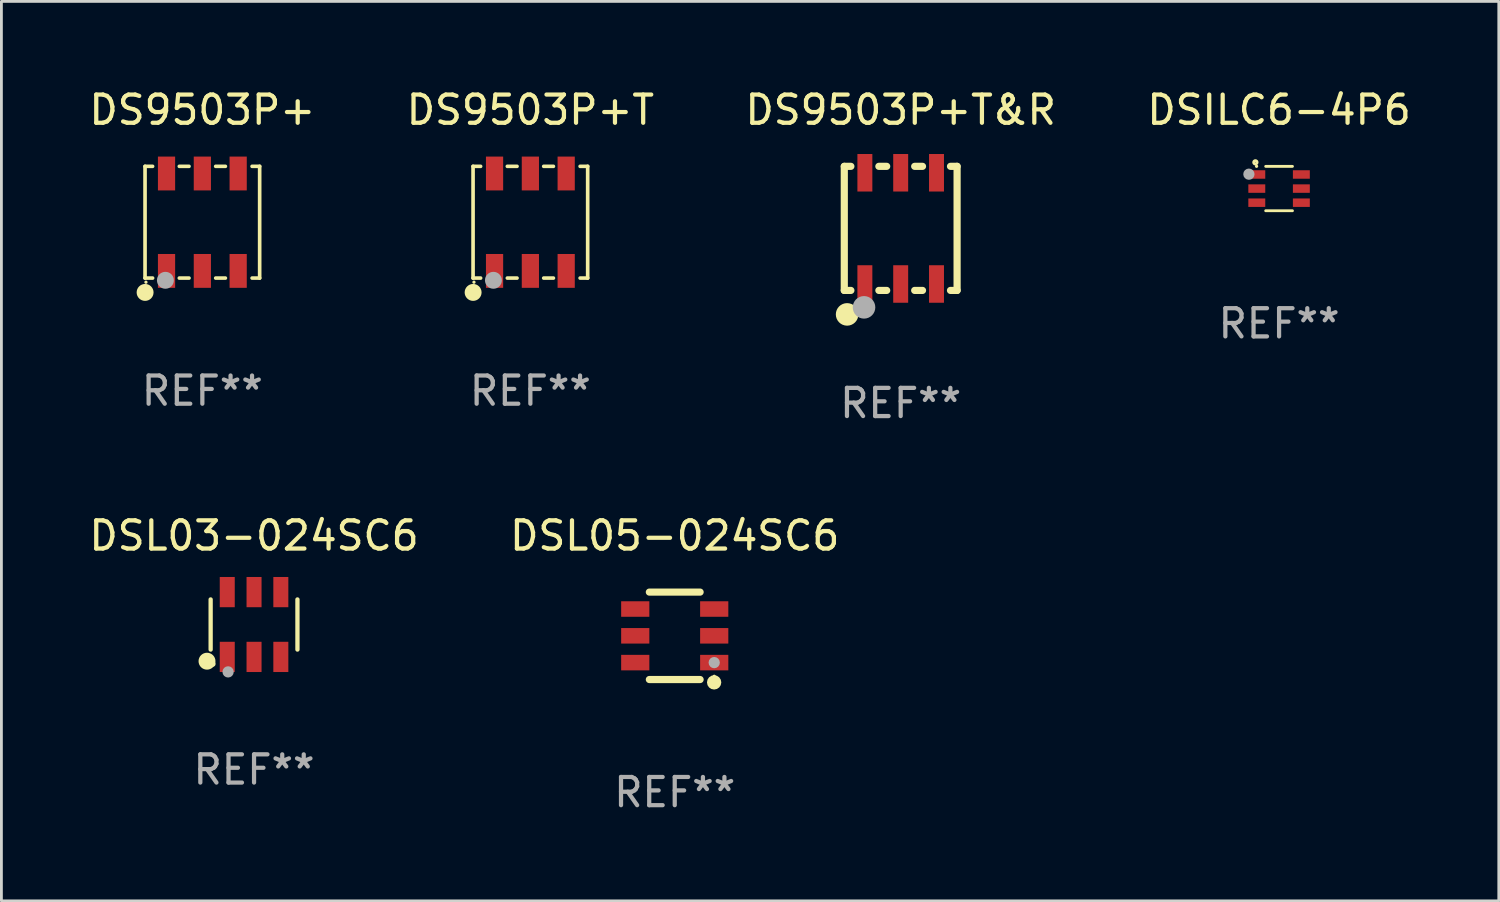
<source format=kicad_pcb>
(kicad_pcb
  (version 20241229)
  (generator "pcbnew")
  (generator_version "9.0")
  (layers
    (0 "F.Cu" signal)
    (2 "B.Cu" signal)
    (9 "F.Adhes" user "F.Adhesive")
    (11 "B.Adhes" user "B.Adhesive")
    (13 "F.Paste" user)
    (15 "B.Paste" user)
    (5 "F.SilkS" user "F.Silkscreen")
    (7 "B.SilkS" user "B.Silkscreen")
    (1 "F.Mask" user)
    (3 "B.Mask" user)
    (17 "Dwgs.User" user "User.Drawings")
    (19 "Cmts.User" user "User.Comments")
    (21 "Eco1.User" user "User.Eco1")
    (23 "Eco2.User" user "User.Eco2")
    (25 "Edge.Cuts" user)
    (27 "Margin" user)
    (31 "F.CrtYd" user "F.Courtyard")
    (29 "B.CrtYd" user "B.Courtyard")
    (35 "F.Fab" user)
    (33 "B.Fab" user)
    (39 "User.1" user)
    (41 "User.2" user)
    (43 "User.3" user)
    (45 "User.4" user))
  (footprint "DS9503P+T"
    (layer "F.Cu")
    (at 15.756 4.829)
    (property "Reference" "DS9503P+T" (at 0 -3.981 0) (layer "F.SilkS") (effects (font (size 1 1) (thickness 0.15))))
    (attr through_hole)
    (fp_line (start -2.032 -1.981) (end -2.032 1.981) (stroke (width 0.129) (type solid)) (layer "F.SilkS"))
    (fp_line (start -1.764 -1.981) (end -2.032 -1.981) (stroke (width 0.129) (type solid)) (layer "F.SilkS"))
    (fp_line (start -1.764 1.981) (end -2.032 1.981) (stroke (width 0.129) (type solid)) (layer "F.SilkS"))
    (fp_line (start -0.473 -1.981) (end -0.817 -1.981) (stroke (width 0.129) (type solid)) (layer "F.SilkS"))
    (fp_line (start -0.473 1.981) (end -0.817 1.981) (stroke (width 0.129) (type solid)) (layer "F.SilkS"))
    (fp_line (start 0.817 -1.981) (end 0.473 -1.981) (stroke (width 0.129) (type solid)) (layer "F.SilkS"))
    (fp_line (start 0.817 1.981) (end 0.473 1.981) (stroke (width 0.129) (type solid)) (layer "F.SilkS"))
    (fp_line (start 2.032 -1.981) (end 1.764 -1.981) (stroke (width 0.129) (type solid)) (layer "F.SilkS"))
    (fp_line (start 2.032 1.981) (end 1.764 1.981) (stroke (width 0.129) (type solid)) (layer "F.SilkS"))
    (fp_line (start 2.032 1.981) (end 2.032 -1.981) (stroke (width 0.129) (type solid)) (layer "F.SilkS"))
    (fp_circle (center -2.03 2.49) (end -1.88 2.49) (stroke (width 0.3) (type solid)) (fill no) (layer "F.SilkS"))
    (fp_circle (center -2 2.127) (end -1.97 2.127) (stroke (width 0.06) (type solid)) (fill no) (layer "F.SilkS"))
    (fp_circle (center -1.31 2.06) (end -1.16 2.06) (stroke (width 0.3) (type solid)) (fill no) (layer "F.Fab"))
    (fp_text user "REF**" (at 0 5.981 0) (layer "F.Fab") (effects (font (size 1 1) (thickness 0.15))))
    (pad "1" smd rect (at -1.27 1.727) (size 0.61 1.2) (layers "F.Cu" "F.Mask" "F.Paste"))
    (pad "2" smd rect (at 0 1.727) (size 0.61 1.2) (layers "F.Cu" "F.Mask" "F.Paste"))
    (pad "3" smd rect (at 1.27 1.727) (size 0.61 1.2) (layers "F.Cu" "F.Mask" "F.Paste"))
    (pad "4" smd rect (at 1.27 -1.727) (size 0.61 1.2) (layers "F.Cu" "F.Mask" "F.Paste"))
    (pad "5" smd rect (at 0 -1.727) (size 0.61 1.2) (layers "F.Cu" "F.Mask" "F.Paste"))
    (pad "6" smd rect (at -1.27 -1.727) (size 0.61 1.2) (layers "F.Cu" "F.Mask" "F.Paste")))
  (footprint "DSL05-024SC6"
    (layer "F.Cu")
    (at 20.875 19.495)
    (property "Reference" "DSL05-024SC6" (at 0 -3.55 0) (layer "F.SilkS") (effects (font (size 1 1) (thickness 0.15))))
    (attr through_hole)
    (fp_line (start -0.9 -1.55) (end 0.9 -1.55) (stroke (width 0.254) (type solid)) (layer "F.SilkS"))
    (fp_line (start -0.9 1.55) (end 0.9 1.55) (stroke (width 0.254) (type solid)) (layer "F.SilkS"))
    (fp_circle (center 1.397 1.651) (end 1.524 1.651) (stroke (width 0.254) (type solid)) (fill no) (layer "F.SilkS"))
    (fp_circle (center 1.4 1.435) (end 1.43 1.435) (stroke (width 0.06) (type solid)) (fill no) (layer "F.SilkS"))
    (fp_circle (center 1.4 0.95) (end 1.5 0.95) (stroke (width 0.2) (type solid)) (fill no) (layer "F.Fab"))
    (fp_text user "REF**" (at 0 5.55 0) (layer "F.Fab") (effects (font (size 1 1) (thickness 0.15))))
    (pad "1" smd rect (at 1.4 0.95) (size 1 0.55) (layers "F.Cu" "F.Mask" "F.Paste"))
    (pad "2" smd rect (at 1.4 -0.000102) (size 1 0.55) (layers "F.Cu" "F.Mask" "F.Paste"))
    (pad "3" smd rect (at 1.4 -0.95) (size 1 0.55) (layers "F.Cu" "F.Mask" "F.Paste"))
    (pad "4" smd rect (at -1.4 -0.95) (size 1 0.55) (layers "F.Cu" "F.Mask" "F.Paste"))
    (pad "5" smd rect (at -1.4 -0.000102) (size 1 0.55) (layers "F.Cu" "F.Mask" "F.Paste"))
    (pad "6" smd rect (at -1.4 0.95) (size 1 0.55) (layers "F.Cu" "F.Mask" "F.Paste")))
  (footprint "DS9503P+T&R"
    (layer "F.Cu")
    (at 28.887 5.048)
    (property "Reference" "DS9503P+T&R" (at 0 -4.2 0) (layer "F.SilkS") (effects (font (size 1 1) (thickness 0.15))))
    (attr through_hole)
    (fp_line (start -2 -2.2) (end -2 2.2) (stroke (width 0.254) (type solid)) (layer "F.SilkS"))
    (fp_line (start -2 2.2) (end -1.766 2.2) (stroke (width 0.254) (type solid)) (layer "F.SilkS"))
    (fp_line (start -1.766 -2.2) (end -2 -2.2) (stroke (width 0.254) (type solid)) (layer "F.SilkS"))
    (fp_line (start -0.774 2.2) (end -0.496 2.2) (stroke (width 0.254) (type solid)) (layer "F.SilkS"))
    (fp_line (start -0.496 -2.2) (end -0.774 -2.2) (stroke (width 0.254) (type solid)) (layer "F.SilkS"))
    (fp_line (start 0.496 2.2) (end 0.774 2.2) (stroke (width 0.254) (type solid)) (layer "F.SilkS"))
    (fp_line (start 0.774 -2.2) (end 0.496 -2.2) (stroke (width 0.254) (type solid)) (layer "F.SilkS"))
    (fp_line (start 1.766 2.2) (end 2 2.2) (stroke (width 0.254) (type solid)) (layer "F.SilkS"))
    (fp_line (start 2 -2.2) (end 1.766 -2.2) (stroke (width 0.254) (type solid)) (layer "F.SilkS"))
    (fp_line (start 2 2.2) (end 2 -2.2) (stroke (width 0.254) (type solid)) (layer "F.SilkS"))
    (fp_circle (center -1.965 2.148) (end -1.935 2.148) (stroke (width 0.06) (type solid)) (fill no) (layer "F.SilkS"))
    (fp_circle (center -1.9 3.05) (end -1.7 3.05) (stroke (width 0.4) (type solid)) (fill no) (layer "F.SilkS"))
    (fp_circle (center -1.3 2.8) (end -1.1 2.8) (stroke (width 0.4) (type solid)) (fill no) (layer "F.Fab"))
    (fp_text user "REF**" (at 0 6.2 0) (layer "F.Fab") (effects (font (size 1 1) (thickness 0.15))))
    (pad "1" smd rect (at -1.27 1.972) (size 0.53 1.33) (layers "F.Cu" "F.Mask" "F.Paste"))
    (pad "2" smd rect (at 0 1.972) (size 0.53 1.33) (layers "F.Cu" "F.Mask" "F.Paste"))
    (pad "3" smd rect (at 1.27 1.972) (size 0.53 1.33) (layers "F.Cu" "F.Mask" "F.Paste"))
    (pad "4" smd rect (at 1.27 -1.972) (size 0.53 1.33) (layers "F.Cu" "F.Mask" "F.Paste"))
    (pad "5" smd rect (at 0 -1.972) (size 0.53 1.33) (layers "F.Cu" "F.Mask" "F.Paste"))
    (pad "6" smd rect (at -1.27 -1.972) (size 0.53 1.33) (layers "F.Cu" "F.Mask" "F.Paste")))
  (footprint "DS9503P+"
    (layer "F.Cu")
    (at 4.125 4.829)
    (property "Reference" "DS9503P+" (at 0 -3.981 0) (layer "F.SilkS") (effects (font (size 1 1) (thickness 0.15))))
    (attr through_hole)
    (fp_line (start -2.032 -1.981) (end -2.032 1.981) (stroke (width 0.129) (type solid)) (layer "F.SilkS"))
    (fp_line (start -1.764 -1.981) (end -2.032 -1.981) (stroke (width 0.129) (type solid)) (layer "F.SilkS"))
    (fp_line (start -1.764 1.981) (end -2.032 1.981) (stroke (width 0.129) (type solid)) (layer "F.SilkS"))
    (fp_line (start -0.473 -1.981) (end -0.817 -1.981) (stroke (width 0.129) (type solid)) (layer "F.SilkS"))
    (fp_line (start -0.473 1.981) (end -0.817 1.981) (stroke (width 0.129) (type solid)) (layer "F.SilkS"))
    (fp_line (start 0.817 -1.981) (end 0.473 -1.981) (stroke (width 0.129) (type solid)) (layer "F.SilkS"))
    (fp_line (start 0.817 1.981) (end 0.473 1.981) (stroke (width 0.129) (type solid)) (layer "F.SilkS"))
    (fp_line (start 2.032 -1.981) (end 1.764 -1.981) (stroke (width 0.129) (type solid)) (layer "F.SilkS"))
    (fp_line (start 2.032 1.981) (end 1.764 1.981) (stroke (width 0.129) (type solid)) (layer "F.SilkS"))
    (fp_line (start 2.032 1.981) (end 2.032 -1.981) (stroke (width 0.129) (type solid)) (layer "F.SilkS"))
    (fp_circle (center -2.03 2.49) (end -1.88 2.49) (stroke (width 0.3) (type solid)) (fill no) (layer "F.SilkS"))
    (fp_circle (center -2 2.127) (end -1.97 2.127) (stroke (width 0.06) (type solid)) (fill no) (layer "F.SilkS"))
    (fp_circle (center -1.31 2.06) (end -1.16 2.06) (stroke (width 0.3) (type solid)) (fill no) (layer "F.Fab"))
    (fp_text user "REF**" (at 0 5.981 0) (layer "F.Fab") (effects (font (size 1 1) (thickness 0.15))))
    (pad "1" smd rect (at -1.27 1.727) (size 0.61 1.2) (layers "F.Cu" "F.Mask" "F.Paste"))
    (pad "2" smd rect (at 0 1.727) (size 0.61 1.2) (layers "F.Cu" "F.Mask" "F.Paste"))
    (pad "3" smd rect (at 1.27 1.727) (size 0.61 1.2) (layers "F.Cu" "F.Mask" "F.Paste"))
    (pad "4" smd rect (at 1.27 -1.727) (size 0.61 1.2) (layers "F.Cu" "F.Mask" "F.Paste"))
    (pad "5" smd rect (at 0 -1.727) (size 0.61 1.2) (layers "F.Cu" "F.Mask" "F.Paste"))
    (pad "6" smd rect (at -1.27 -1.727) (size 0.61 1.2) (layers "F.Cu" "F.Mask" "F.Paste")))
  (footprint "DSILC6-4P6"
    (layer "F.Cu")
    (at 42.304 3.636)
    (property "Reference" "DSILC6-4P6" (at 0 -2.787 0) (layer "F.SilkS") (effects (font (size 1 1) (thickness 0.15))))
    (attr through_hole)
    (fp_line (start 0.475 -0.787) (end -0.475 -0.787) (stroke (width 0.1) (type solid)) (layer "F.SilkS"))
    (fp_line (start 0.475 0.787) (end -0.475 0.787) (stroke (width 0.1) (type solid)) (layer "F.SilkS"))
    (fp_circle (center -0.84 -0.93) (end -0.78 -0.93) (stroke (width 0.102) (type solid)) (fill no) (layer "F.SilkS"))
    (fp_circle (center -0.798 -0.79) (end -0.768 -0.79) (stroke (width 0.06) (type solid)) (fill no) (layer "F.SilkS"))
    (fp_circle (center -1.07 -0.51) (end -0.97 -0.51) (stroke (width 0.2) (type solid)) (fill no) (layer "F.Fab"))
    (fp_text user "REF**" (at 0 4.787 0) (layer "F.Fab") (effects (font (size 1 1) (thickness 0.15))))
    (pad "1" smd rect (at -0.79 -0.499) (size 0.6 0.3) (layers "F.Cu" "F.Mask" "F.Paste"))
    (pad "2" smd rect (at -0.79 0.001) (size 0.6 0.3) (layers "F.Cu" "F.Mask" "F.Paste"))
    (pad "3" smd rect (at -0.79 0.501) (size 0.6 0.3) (layers "F.Cu" "F.Mask" "F.Paste"))
    (pad "4" smd rect (at 0.79 0.501) (size 0.6 0.3) (layers "F.Cu" "F.Mask" "F.Paste"))
    (pad "5" smd rect (at 0.79 0.001) (size 0.6 0.3) (layers "F.Cu" "F.Mask" "F.Paste"))
    (pad "6" smd rect (at 0.79 -0.499) (size 0.6 0.3) (layers "F.Cu" "F.Mask" "F.Paste")))
  (footprint "DSL03-024SC6"
    (layer "F.Cu")
    (at 5.958 19.094)
    (property "Reference" "DSL03-024SC6" (at 0 -3.149 0) (layer "F.SilkS") (effects (font (size 1 1) (thickness 0.15))))
    (attr through_hole)
    (fp_line (start -1.539 0.889) (end -1.539 -0.889) (stroke (width 0.152) (type solid)) (layer "F.SilkS"))
    (fp_line (start 1.539 0.889) (end 1.539 -0.889) (stroke (width 0.152) (type solid)) (layer "F.SilkS"))
    (fp_circle (center -1.668 1.301) (end -1.518 1.301) (stroke (width 0.3) (type solid)) (fill no) (layer "F.SilkS"))
    (fp_circle (center -1.463 1.4) (end -1.413 1.4) (stroke (width 0.1) (type solid)) (fill no) (layer "F.SilkS"))
    (fp_circle (center -0.92 1.68) (end -0.82 1.68) (stroke (width 0.2) (type solid)) (fill no) (layer "F.Fab"))
    (fp_text user "REF**" (at 0 5.149 0) (layer "F.Fab") (effects (font (size 1 1) (thickness 0.15))))
    (pad "1" smd rect (at -0.95 1.149) (size 0.532 1.072) (layers "F.Cu" "F.Mask" "F.Paste"))
    (pad "2" smd rect (at 0 1.149) (size 0.532 1.072) (layers "F.Cu" "F.Mask" "F.Paste"))
    (pad "3" smd rect (at 0.95 1.149) (size 0.532 1.072) (layers "F.Cu" "F.Mask" "F.Paste"))
    (pad "4" smd rect (at 0.95 -1.149) (size 0.532 1.072) (layers "F.Cu" "F.Mask" "F.Paste"))
    (pad "5" smd rect (at 0 -1.149) (size 0.532 1.072) (layers "F.Cu" "F.Mask" "F.Paste"))
    (pad "6" smd rect (at -0.95 -1.149) (size 0.532 1.072) (layers "F.Cu" "F.Mask" "F.Paste")))
  (gr_rect
    (start -3 -3)
    (end 50.095 28.893)
    (stroke (width 0.1) (type default))
    (fill no)
    (layer "Edge.Cuts")))
</source>
